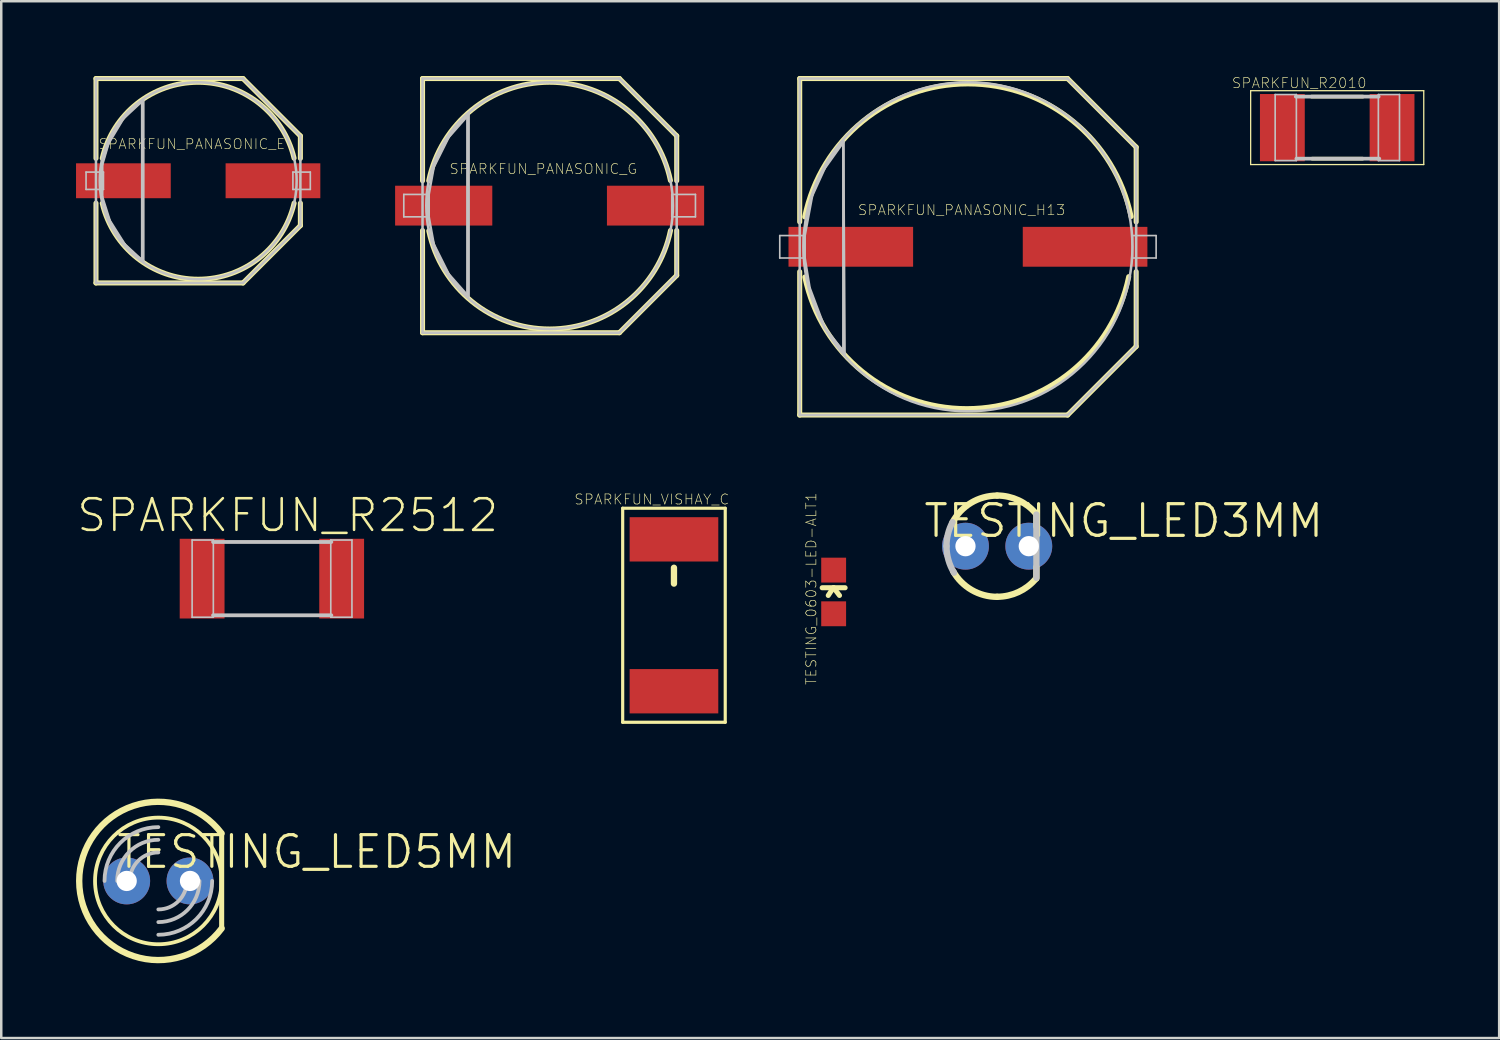
<source format=kicad_pcb>
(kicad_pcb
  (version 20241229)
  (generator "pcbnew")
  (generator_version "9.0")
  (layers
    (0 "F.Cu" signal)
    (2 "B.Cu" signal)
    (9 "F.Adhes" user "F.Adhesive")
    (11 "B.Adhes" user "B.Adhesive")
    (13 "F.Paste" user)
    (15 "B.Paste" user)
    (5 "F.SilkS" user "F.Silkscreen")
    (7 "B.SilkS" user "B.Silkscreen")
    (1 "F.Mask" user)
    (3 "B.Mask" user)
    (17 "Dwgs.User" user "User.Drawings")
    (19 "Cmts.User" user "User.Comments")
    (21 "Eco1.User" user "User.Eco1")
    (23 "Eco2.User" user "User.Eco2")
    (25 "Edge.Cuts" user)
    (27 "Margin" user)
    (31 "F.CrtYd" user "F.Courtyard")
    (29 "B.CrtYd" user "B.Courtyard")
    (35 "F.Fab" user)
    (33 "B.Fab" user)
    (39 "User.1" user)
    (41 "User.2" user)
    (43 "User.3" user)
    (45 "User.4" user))
  (footprint "SPARKFUN_R2512"
    (layer "F.Cu")
    (at 7.857 20.162)
    (property "Reference" "SPARKFUN_R2512" (at 0.635 -2.54 0) (layer "F.SilkS") (effects (font (size 1.27 1.27) (thickness 0.102))))
    (attr smd)
    (fp_line (start -3.2 -1.549) (end -2.349 -1.549) (stroke (width 0.066) (type solid)) (layer "Dwgs.User"))
    (fp_line (start -3.2 1.549) (end -3.2 -1.549) (stroke (width 0.066) (type solid)) (layer "Dwgs.User"))
    (fp_line (start -3.2 1.549) (end -2.349 1.549) (stroke (width 0.066) (type solid)) (layer "Dwgs.User"))
    (fp_line (start -2.36 -1.471) (end 2.385 -1.471) (stroke (width 0.152) (type solid)) (layer "Dwgs.User"))
    (fp_line (start -2.36 1.471) (end 2.385 1.471) (stroke (width 0.152) (type solid)) (layer "Dwgs.User"))
    (fp_line (start -2.349 1.549) (end -2.349 -1.549) (stroke (width 0.066) (type solid)) (layer "Dwgs.User"))
    (fp_line (start 2.362 -1.549) (end 3.211 -1.549) (stroke (width 0.066) (type solid)) (layer "Dwgs.User"))
    (fp_line (start 2.362 1.549) (end 2.362 -1.549) (stroke (width 0.066) (type solid)) (layer "Dwgs.User"))
    (fp_line (start 2.362 1.549) (end 3.211 1.549) (stroke (width 0.066) (type solid)) (layer "Dwgs.User"))
    (fp_line (start 3.211 1.549) (end 3.211 -1.549) (stroke (width 0.066) (type solid)) (layer "Dwgs.User"))
    (pad "1" smd rect (at -2.799 0) (size 1.798 3.198) (layers "F.Cu" "F.Mask" "F.Paste"))
    (pad "2" smd rect (at 2.799 0) (size 1.798 3.198) (layers "F.Cu" "F.Mask" "F.Paste")))
  (footprint "TESTING_LED5MM"
    (layer "F.Cu")
    (at 3.302 32.289)
    (property "Reference" "TESTING_LED5MM" (at 6.35 -1.168 0) (layer "F.SilkS") (effects (font (size 1.27 1.27) (thickness 0.127))))
    (attr exclude_from_pos_files exclude_from_bom)
    (fp_line (start 2.54 1.905) (end 2.54 -1.905) (stroke (width 0.203) (type solid)) (layer "F.SilkS"))
    (fp_arc (start 2.54 1.905) (mid -3.175 0.001668) (end 2.537997 -1.907668) (stroke (width 0.254) (type solid)) (layer "F.SilkS"))
    (fp_circle (center 0 0) (end 0 -2.54) (stroke (width 0.152) (type solid)) (fill no) (layer "F.SilkS"))
    (fp_arc (start -2.159 0) (mid -1.526644 -1.526644) (end 0 -2.159) (stroke (width 0.1524) (type solid)) (layer "Dwgs.User"))
    (fp_arc (start -1.651 0) (mid -1.167433 -1.167433) (end 0 -1.651) (stroke (width 0.1524) (type solid)) (layer "Dwgs.User"))
    (fp_arc (start -1.143 0) (mid -0.808223 -0.808223) (end 0 -1.143) (stroke (width 0.1524) (type solid)) (layer "Dwgs.User"))
    (fp_arc (start 1.143 0) (mid 0.808223 0.808223) (end 0 1.143) (stroke (width 0.1524) (type solid)) (layer "Dwgs.User"))
    (fp_arc (start 1.651 0) (mid 1.167433 1.167433) (end 0 1.651) (stroke (width 0.1524) (type solid)) (layer "Dwgs.User"))
    (fp_arc (start 2.159 0) (mid 1.526644 1.526644) (end 0 2.159) (stroke (width 0.1524) (type solid)) (layer "Dwgs.User"))
    (pad "A" thru_hole circle (at -1.27 0) (size 1.88 1.88) (drill 0.813) (layers "*.Cu" "*.Paste" "*.Mask"))
    (pad "K" thru_hole circle (at 1.27 0) (size 1.88 1.88) (drill 0.813) (layers "*.Cu" "*.Paste" "*.Mask")))
  (footprint "SPARKFUN_VISHAY_C"
    (layer "F.Cu")
    (at 23.986 21.631)
    (property "Reference" "SPARKFUN_VISHAY_C" (at -0.889 -4.648 0) (layer "F.SilkS") (effects (font (size 0.406 0.406) (thickness 0.025))))
    (attr smd)
    (fp_line (start -2.057 -4.293) (end -2.057 4.293) (stroke (width 0.127) (type solid)) (layer "F.SilkS"))
    (fp_line (start -2.057 4.293) (end 2.057 4.293) (stroke (width 0.127) (type solid)) (layer "F.SilkS"))
    (fp_line (start 0 -1.27) (end 0 -1.905) (stroke (width 0.254) (type solid)) (layer "F.SilkS"))
    (fp_line (start 2.057 -4.293) (end -2.057 -4.293) (stroke (width 0.127) (type solid)) (layer "F.SilkS"))
    (fp_line (start 2.057 4.293) (end 2.057 -4.293) (stroke (width 0.127) (type solid)) (layer "F.SilkS"))
    (pad "+" smd rect (at 0 -3.045) (size 3.556 1.778) (layers "F.Cu" "F.Mask" "F.Paste"))
    (pad "-" smd rect (at 0 3.048) (size 3.556 1.778) (layers "F.Cu" "F.Mask" "F.Paste")))
  (footprint "SPARKFUN_PANASONIC_E"
    (layer "F.Cu")
    (at 4.9 4.201)
    (property "Reference" "SPARKFUN_PANASONIC_E" (at -0.254 -1.473 0) (layer "F.SilkS") (effects (font (size 0.406 0.406) (thickness 0.025))))
    (attr smd)
    (fp_line (start -4.1 -4.1) (end 1.798 -4.1) (stroke (width 0.203) (type solid)) (layer "F.SilkS"))
    (fp_line (start -4.1 -0.899) (end -4.1 -4.1) (stroke (width 0.203) (type solid)) (layer "F.SilkS"))
    (fp_line (start -4.1 4.1) (end -4.1 0.899) (stroke (width 0.203) (type solid)) (layer "F.SilkS"))
    (fp_line (start 1.798 -4.1) (end 4.1 -1.798) (stroke (width 0.203) (type solid)) (layer "F.SilkS"))
    (fp_line (start 1.798 4.1) (end -4.1 4.1) (stroke (width 0.203) (type solid)) (layer "F.SilkS"))
    (fp_line (start 4.1 -1.798) (end 4.1 -0.899) (stroke (width 0.203) (type solid)) (layer "F.SilkS"))
    (fp_line (start 4.1 0.899) (end 4.1 1.798) (stroke (width 0.203) (type solid)) (layer "F.SilkS"))
    (fp_line (start 4.1 1.798) (end 1.798 4.1) (stroke (width 0.203) (type solid)) (layer "F.SilkS"))
    (fp_arc (start -3.8481 -0.89916) (mid -0.003314 -3.951753) (end 3.846587 -0.905612) (stroke (width 0.2032) (type solid)) (layer "F.SilkS"))
    (fp_arc (start 3.8481 0.89916) (mid 0.003314 3.951753) (end -3.846587 0.905612) (stroke (width 0.2032) (type solid)) (layer "F.SilkS"))
    (fp_line (start -4.498 -0.348) (end -3.8 -0.348) (stroke (width 0.066) (type solid)) (layer "Dwgs.User"))
    (fp_line (start -4.498 0.348) (end -4.498 -0.348) (stroke (width 0.066) (type solid)) (layer "Dwgs.User"))
    (fp_line (start -4.498 0.348) (end -3.8 0.348) (stroke (width 0.066) (type solid)) (layer "Dwgs.User"))
    (fp_line (start -4.1 -4.1) (end 1.798 -4.1) (stroke (width 0.102) (type solid)) (layer "Dwgs.User"))
    (fp_line (start -4.1 4.1) (end -4.1 -4.1) (stroke (width 0.102) (type solid)) (layer "Dwgs.User"))
    (fp_line (start -3.848 -0.648) (end -3.848 0.648) (stroke (width 0.102) (type solid)) (layer "Dwgs.User"))
    (fp_line (start -3.848 0.648) (end -3.548 1.598) (stroke (width 0.102) (type solid)) (layer "Dwgs.User"))
    (fp_line (start -3.8 0.348) (end -3.8 -0.348) (stroke (width 0.066) (type solid)) (layer "Dwgs.User"))
    (fp_line (start -3.599 -1.499) (end -3.848 -0.648) (stroke (width 0.102) (type solid)) (layer "Dwgs.User"))
    (fp_line (start -3.548 1.598) (end -2.949 2.548) (stroke (width 0.102) (type solid)) (layer "Dwgs.User"))
    (fp_line (start -3 -2.499) (end -3.599 -1.499) (stroke (width 0.102) (type solid)) (layer "Dwgs.User"))
    (fp_line (start -2.949 2.548) (end -2.248 3.198) (stroke (width 0.102) (type solid)) (layer "Dwgs.User"))
    (fp_line (start -2.248 -3.198) (end -3 -2.499) (stroke (width 0.102) (type solid)) (layer "Dwgs.User"))
    (fp_line (start -2.248 -3.15) (end -2.248 -3.198) (stroke (width 0.102) (type solid)) (layer "Dwgs.User"))
    (fp_line (start -2.248 3.198) (end -2.248 -3.15) (stroke (width 0.102) (type solid)) (layer "Dwgs.User"))
    (fp_line (start -2.2 -3.249) (end -2.2 3.249) (stroke (width 0.102) (type solid)) (layer "Dwgs.User"))
    (fp_line (start 1.798 -4.1) (end 4.1 -1.798) (stroke (width 0.102) (type solid)) (layer "Dwgs.User"))
    (fp_line (start 1.798 4.1) (end -4.1 4.1) (stroke (width 0.102) (type solid)) (layer "Dwgs.User"))
    (fp_line (start 3.8 -0.348) (end 4.498 -0.348) (stroke (width 0.066) (type solid)) (layer "Dwgs.User"))
    (fp_line (start 3.8 0.348) (end 3.8 -0.348) (stroke (width 0.066) (type solid)) (layer "Dwgs.User"))
    (fp_line (start 3.8 0.348) (end 4.498 0.348) (stroke (width 0.066) (type solid)) (layer "Dwgs.User"))
    (fp_line (start 4.1 -1.798) (end 4.1 1.798) (stroke (width 0.102) (type solid)) (layer "Dwgs.User"))
    (fp_line (start 4.1 1.798) (end 1.798 4.1) (stroke (width 0.102) (type solid)) (layer "Dwgs.User"))
    (fp_line (start 4.498 0.348) (end 4.498 -0.348) (stroke (width 0.066) (type solid)) (layer "Dwgs.User"))
    (fp_circle (center 0 0) (end 0 -3.95) (stroke (width 0.102) (type solid)) (fill no) (layer "Dwgs.User"))
    (pad "+" smd rect (at 3 0) (size 3.8 1.4) (layers "F.Cu" "F.Mask" "F.Paste"))
    (pad "-" smd rect (at -3 0) (size 3.8 1.4) (layers "F.Cu" "F.Mask" "F.Paste")))
  (footprint "SPARKFUN_PANASONIC_H13"
    (layer "F.Cu")
    (at 35.779 6.85)
    (property "Reference" "SPARKFUN_PANASONIC_H13" (at -0.254 -1.473 0) (layer "F.SilkS") (effects (font (size 0.406 0.406) (thickness 0.025))))
    (attr smd)
    (fp_line (start -6.749 -6.749) (end 3.998 -6.749) (stroke (width 0.203) (type solid)) (layer "F.SilkS"))
    (fp_line (start -6.749 -0.998) (end -6.749 -6.749) (stroke (width 0.203) (type solid)) (layer "F.SilkS"))
    (fp_line (start -6.749 6.749) (end -6.749 0.998) (stroke (width 0.203) (type solid)) (layer "F.SilkS"))
    (fp_line (start 3.998 -6.749) (end 6.749 -3.998) (stroke (width 0.203) (type solid)) (layer "F.SilkS"))
    (fp_line (start 3.998 6.749) (end -6.749 6.749) (stroke (width 0.203) (type solid)) (layer "F.SilkS"))
    (fp_line (start 6.749 -3.998) (end 6.749 -0.998) (stroke (width 0.203) (type solid)) (layer "F.SilkS"))
    (fp_line (start 6.749 0.998) (end 6.749 3.998) (stroke (width 0.203) (type solid)) (layer "F.SilkS"))
    (fp_line (start 6.749 3.998) (end 3.998 6.749) (stroke (width 0.203) (type solid)) (layer "F.SilkS"))
    (fp_arc (start -6.54812 -1.19888) (mid -0.007159 -6.535716) (end 6.545217 -1.2129) (stroke (width 0.2032) (type solid)) (layer "F.SilkS"))
    (fp_arc (start 6.44906 1.19888) (mid -0.041454 6.494071) (end -6.54282 1.212209) (stroke (width 0.2032) (type solid)) (layer "F.SilkS"))
    (fp_line (start -7.549 -0.45) (end -6.599 -0.45) (stroke (width 0.066) (type solid)) (layer "Dwgs.User"))
    (fp_line (start -7.549 0.45) (end -7.549 -0.45) (stroke (width 0.066) (type solid)) (layer "Dwgs.User"))
    (fp_line (start -7.549 0.45) (end -6.599 0.45) (stroke (width 0.066) (type solid)) (layer "Dwgs.User"))
    (fp_line (start -6.749 -6.749) (end 3.998 -6.749) (stroke (width 0.102) (type solid)) (layer "Dwgs.User"))
    (fp_line (start -6.749 6.749) (end -6.749 -6.749) (stroke (width 0.102) (type solid)) (layer "Dwgs.User"))
    (fp_line (start -6.599 0.45) (end -6.599 -0.45) (stroke (width 0.066) (type solid)) (layer "Dwgs.User"))
    (fp_line (start -6.548 -0.45) (end -6.548 0.45) (stroke (width 0.102) (type solid)) (layer "Dwgs.User"))
    (fp_line (start -6.548 0.45) (end -6.35 1.648) (stroke (width 0.102) (type solid)) (layer "Dwgs.User"))
    (fp_line (start -6.35 1.648) (end -5.748 3.249) (stroke (width 0.102) (type solid)) (layer "Dwgs.User"))
    (fp_line (start -6.248 -2.05) (end -6.548 -0.45) (stroke (width 0.102) (type solid)) (layer "Dwgs.User"))
    (fp_line (start -5.748 -3.15) (end -6.248 -2.05) (stroke (width 0.102) (type solid)) (layer "Dwgs.User"))
    (fp_line (start -5.748 3.249) (end -4.999 4.199) (stroke (width 0.102) (type solid)) (layer "Dwgs.User"))
    (fp_line (start -4.999 -4.249) (end -4.948 4.348) (stroke (width 0.102) (type solid)) (layer "Dwgs.User"))
    (fp_line (start -4.999 -4.199) (end -5.748 -3.15) (stroke (width 0.102) (type solid)) (layer "Dwgs.User"))
    (fp_line (start -4.999 4.199) (end -4.999 -4.199) (stroke (width 0.102) (type solid)) (layer "Dwgs.User"))
    (fp_line (start 3.998 -6.749) (end 6.749 -3.998) (stroke (width 0.102) (type solid)) (layer "Dwgs.User"))
    (fp_line (start 3.998 6.749) (end -6.749 6.749) (stroke (width 0.102) (type solid)) (layer "Dwgs.User"))
    (fp_line (start 6.599 -0.45) (end 7.549 -0.45) (stroke (width 0.066) (type solid)) (layer "Dwgs.User"))
    (fp_line (start 6.599 0.45) (end 6.599 -0.45) (stroke (width 0.066) (type solid)) (layer "Dwgs.User"))
    (fp_line (start 6.599 0.45) (end 7.549 0.45) (stroke (width 0.066) (type solid)) (layer "Dwgs.User"))
    (fp_line (start 6.749 -3.998) (end 6.749 3.998) (stroke (width 0.102) (type solid)) (layer "Dwgs.User"))
    (fp_line (start 6.749 3.998) (end 3.998 6.749) (stroke (width 0.102) (type solid)) (layer "Dwgs.User"))
    (fp_line (start 7.549 0.45) (end 7.549 -0.45) (stroke (width 0.066) (type solid)) (layer "Dwgs.User"))
    (fp_circle (center 0 0) (end 0 -6.599) (stroke (width 0.102) (type solid)) (fill no) (layer "Dwgs.User"))
    (pad "+" smd rect (at 4.699 0) (size 4.999 1.598) (layers "F.Cu" "F.Mask" "F.Paste"))
    (pad "-" smd rect (at -4.699 0) (size 4.999 1.598) (layers "F.Cu" "F.Mask" "F.Paste")))
  (footprint "TESTING_LED3MM"
    (layer "F.Cu")
    (at 36.95 18.86)
    (property "Reference" "TESTING_LED3MM" (at 5.08 -1.016 0) (layer "F.SilkS") (effects (font (size 1.27 1.27) (thickness 0.127))))
    (attr exclude_from_pos_files exclude_from_bom)
    (fp_line (start 1.575 -1.293) (end 1.575 -0.787) (stroke (width 0.254) (type solid)) (layer "F.SilkS"))
    (fp_line (start 1.575 1.293) (end 1.575 0.838) (stroke (width 0.254) (type solid)) (layer "F.SilkS"))
    (fp_arc (start -1.7907 -0.95504) (mid -1.044567 -1.739997) (end -0.000975 -2.02946) (stroke (width 0.254) (type solid)) (layer "F.SilkS"))
    (fp_arc (start 0 -2.032) (mid 0.860367 -1.840867) (end 1.55888 -1.303426) (stroke (width 0.254) (type solid)) (layer "F.SilkS"))
    (fp_arc (start 0 2.032) (mid -1.01907 1.757988) (end -1.763299 1.009851) (stroke (width 0.254) (type solid)) (layer "F.SilkS"))
    (fp_arc (start 1.5494 1.31064) (mid 0.855154 1.840416) (end 0.002552 2.029387) (stroke (width 0.254) (type solid)) (layer "F.SilkS"))
    (fp_line (start 1.575 1.27) (end 1.575 -1.27) (stroke (width 0.254) (type solid)) (layer "Dwgs.User"))
    (fp_arc (start -2.032 0) (mid -1.970347 -0.496745) (end -1.78913 -0.963347) (stroke (width 0.254) (type solid)) (layer "Dwgs.User"))
    (fp_arc (start -1.72974 1.06426) (mid -1.954164 0.553076) (end -2.030923 0.0001) (stroke (width 0.254) (type solid)) (layer "Dwgs.User"))
    (pad "A" thru_hole circle (at -1.27 0) (size 1.88 1.88) (drill 0.813) (layers "*.Cu" "*.Paste" "*.Mask"))
    (pad "K" thru_hole circle (at 1.27 0) (size 1.88 1.88) (drill 0.813) (layers "*.Cu" "*.Paste" "*.Mask")))
  (footprint "SPARKFUN_R2010"
    (layer "F.Cu")
    (at 50.592 2.07)
    (property "Reference" "SPARKFUN_R2010" (at -1.524 -1.788 0) (layer "F.SilkS") (effects (font (size 0.406 0.406) (thickness 0.025))))
    (attr smd)
    (fp_line (start -3.472 -1.481) (end 3.472 -1.481) (stroke (width 0.051) (type solid)) (layer "F.SilkS"))
    (fp_line (start -3.472 1.481) (end -3.472 -1.481) (stroke (width 0.051) (type solid)) (layer "F.SilkS"))
    (fp_line (start -1.026 -1.245) (end 1.026 -1.245) (stroke (width 0.152) (type solid)) (layer "F.SilkS"))
    (fp_line (start -1.001 1.245) (end 1.016 1.245) (stroke (width 0.152) (type solid)) (layer "F.SilkS"))
    (fp_line (start 3.472 -1.481) (end 3.472 1.481) (stroke (width 0.051) (type solid)) (layer "F.SilkS"))
    (fp_line (start 3.472 1.481) (end -3.472 1.481) (stroke (width 0.051) (type solid)) (layer "F.SilkS"))
    (fp_line (start -2.489 -1.328) (end -1.638 -1.328) (stroke (width 0.066) (type solid)) (layer "Dwgs.User"))
    (fp_line (start -2.489 1.321) (end -2.489 -1.328) (stroke (width 0.066) (type solid)) (layer "Dwgs.User"))
    (fp_line (start -2.489 1.321) (end -1.638 1.321) (stroke (width 0.066) (type solid)) (layer "Dwgs.User"))
    (fp_line (start -1.661 -1.245) (end 1.661 -1.245) (stroke (width 0.152) (type solid)) (layer "Dwgs.User"))
    (fp_line (start -1.638 1.321) (end -1.638 -1.328) (stroke (width 0.066) (type solid)) (layer "Dwgs.User"))
    (fp_line (start -1.636 1.245) (end 1.687 1.245) (stroke (width 0.152) (type solid)) (layer "Dwgs.User"))
    (fp_line (start 1.651 -1.328) (end 2.499 -1.328) (stroke (width 0.066) (type solid)) (layer "Dwgs.User"))
    (fp_line (start 1.651 1.321) (end 1.651 -1.328) (stroke (width 0.066) (type solid)) (layer "Dwgs.User"))
    (fp_line (start 1.651 1.321) (end 2.499 1.321) (stroke (width 0.066) (type solid)) (layer "Dwgs.User"))
    (fp_line (start 2.499 1.321) (end 2.499 -1.328) (stroke (width 0.066) (type solid)) (layer "Dwgs.User"))
    (pad "1" smd rect (at -2.2 0) (size 1.798 2.697) (layers "F.Cu" "F.Mask" "F.Paste"))
    (pad "2" smd rect (at 2.2 0) (size 1.798 2.697) (layers "F.Cu" "F.Mask" "F.Paste")))
  (footprint "SPARKFUN_PANASONIC_G"
    (layer "F.Cu")
    (at 18.998 5.199)
    (property "Reference" "SPARKFUN_PANASONIC_G" (at -0.254 -1.473 0) (layer "F.SilkS") (effects (font (size 0.406 0.406) (thickness 0.025))))
    (attr smd)
    (fp_line (start -5.098 -5.098) (end 2.799 -5.098) (stroke (width 0.203) (type solid)) (layer "F.SilkS"))
    (fp_line (start -5.098 -0.998) (end -5.098 -5.098) (stroke (width 0.203) (type solid)) (layer "F.SilkS"))
    (fp_line (start -5.098 5.098) (end -5.098 0.998) (stroke (width 0.203) (type solid)) (layer "F.SilkS"))
    (fp_line (start 2.799 -5.098) (end 5.098 -2.799) (stroke (width 0.203) (type solid)) (layer "F.SilkS"))
    (fp_line (start 2.799 5.098) (end -5.098 5.098) (stroke (width 0.203) (type solid)) (layer "F.SilkS"))
    (fp_line (start 5.098 -2.799) (end 5.098 -0.998) (stroke (width 0.203) (type solid)) (layer "F.SilkS"))
    (fp_line (start 5.098 0.998) (end 5.098 2.799) (stroke (width 0.203) (type solid)) (layer "F.SilkS"))
    (fp_line (start 5.098 2.799) (end 2.799 5.098) (stroke (width 0.203) (type solid)) (layer "F.SilkS"))
    (fp_arc (start -4.84886 -0.99822) (mid -0.005807 -4.950541) (end 4.846505 -1.009593) (stroke (width 0.2032) (type solid)) (layer "F.SilkS"))
    (fp_arc (start 4.84886 0.99822) (mid 0.005807 4.950541) (end -4.846505 1.009593) (stroke (width 0.2032) (type solid)) (layer "F.SilkS"))
    (fp_line (start -5.85 -0.45) (end -4.9 -0.45) (stroke (width 0.066) (type solid)) (layer "Dwgs.User"))
    (fp_line (start -5.85 0.45) (end -5.85 -0.45) (stroke (width 0.066) (type solid)) (layer "Dwgs.User"))
    (fp_line (start -5.85 0.45) (end -4.9 0.45) (stroke (width 0.066) (type solid)) (layer "Dwgs.User"))
    (fp_line (start -5.098 -5.098) (end 2.799 -5.098) (stroke (width 0.102) (type solid)) (layer "Dwgs.User"))
    (fp_line (start -5.098 5.098) (end -5.098 -5.098) (stroke (width 0.102) (type solid)) (layer "Dwgs.User"))
    (fp_line (start -4.9 0.45) (end -4.9 -0.45) (stroke (width 0.066) (type solid)) (layer "Dwgs.User"))
    (fp_line (start -4.849 -0.45) (end -4.849 0.45) (stroke (width 0.102) (type solid)) (layer "Dwgs.User"))
    (fp_line (start -4.849 0.45) (end -4.648 1.549) (stroke (width 0.102) (type solid)) (layer "Dwgs.User"))
    (fp_line (start -4.648 -1.549) (end -4.849 -0.45) (stroke (width 0.102) (type solid)) (layer "Dwgs.User"))
    (fp_line (start -4.648 1.549) (end -4.049 2.748) (stroke (width 0.102) (type solid)) (layer "Dwgs.User"))
    (fp_line (start -4.049 -2.748) (end -4.648 -1.549) (stroke (width 0.102) (type solid)) (layer "Dwgs.User"))
    (fp_line (start -4.049 2.748) (end -3.299 3.599) (stroke (width 0.102) (type solid)) (layer "Dwgs.User"))
    (fp_line (start -3.299 -3.599) (end -4.049 -2.748) (stroke (width 0.102) (type solid)) (layer "Dwgs.User"))
    (fp_line (start -3.299 -3.548) (end -3.299 -3.599) (stroke (width 0.102) (type solid)) (layer "Dwgs.User"))
    (fp_line (start -3.299 3.599) (end -3.299 -3.548) (stroke (width 0.102) (type solid)) (layer "Dwgs.User"))
    (fp_line (start -3.249 -3.698) (end -3.249 3.65) (stroke (width 0.102) (type solid)) (layer "Dwgs.User"))
    (fp_line (start 2.799 -5.098) (end 5.098 -2.799) (stroke (width 0.102) (type solid)) (layer "Dwgs.User"))
    (fp_line (start 2.799 5.098) (end -5.098 5.098) (stroke (width 0.102) (type solid)) (layer "Dwgs.User"))
    (fp_line (start 4.9 -0.45) (end 5.85 -0.45) (stroke (width 0.066) (type solid)) (layer "Dwgs.User"))
    (fp_line (start 4.9 0.45) (end 4.9 -0.45) (stroke (width 0.066) (type solid)) (layer "Dwgs.User"))
    (fp_line (start 4.9 0.45) (end 5.85 0.45) (stroke (width 0.066) (type solid)) (layer "Dwgs.User"))
    (fp_line (start 5.098 -2.799) (end 5.098 2.799) (stroke (width 0.102) (type solid)) (layer "Dwgs.User"))
    (fp_line (start 5.098 2.799) (end 2.799 5.098) (stroke (width 0.102) (type solid)) (layer "Dwgs.User"))
    (fp_line (start 5.85 0.45) (end 5.85 -0.45) (stroke (width 0.066) (type solid)) (layer "Dwgs.User"))
    (fp_circle (center 0 0) (end 0 -4.948) (stroke (width 0.102) (type solid)) (fill no) (layer "Dwgs.User"))
    (pad "+" smd rect (at 4.249 0) (size 3.899 1.598) (layers "F.Cu" "F.Mask" "F.Paste"))
    (pad "-" smd rect (at -4.249 0) (size 3.899 1.598) (layers "F.Cu" "F.Mask" "F.Paste")))
  (footprint "TESTING_0603-LED-ALT1"
    (layer "F.Cu")
    (at 30.392 20.696)
    (property "Reference" "TESTING_0603-LED-ALT1" (at -0.899 -0.127 90) (layer "F.SilkS") (effects (font (size 0.406 0.406) (thickness 0.025))))
    (attr smd)
    (fp_line (start -0.46 -0.168) (end 0 -0.168) (stroke (width 0.203) (type solid)) (layer "F.SilkS"))
    (fp_line (start -0.025 -0.152) (end -0.216 0.14) (stroke (width 0.203) (type solid)) (layer "F.SilkS"))
    (fp_line (start 0 -0.168) (end 0.234 0.14) (stroke (width 0.203) (type solid)) (layer "F.SilkS"))
    (fp_line (start 0 -0.168) (end 0.46 -0.168) (stroke (width 0.203) (type solid)) (layer "F.SilkS"))
    (pad "A" smd rect (at 0 0.876) (size 0.998 0.998) (layers "F.Cu" "F.Mask" "F.Paste"))
    (pad "C" smd rect (at 0 -0.876) (size 0.998 0.998) (layers "F.Cu" "F.Mask" "F.Paste")))
  (gr_rect
    (start -3 -3)
    (end 57.089 38.591)
    (stroke (width 0.1) (type default))
    (fill no)
    (layer "Edge.Cuts")))
</source>
